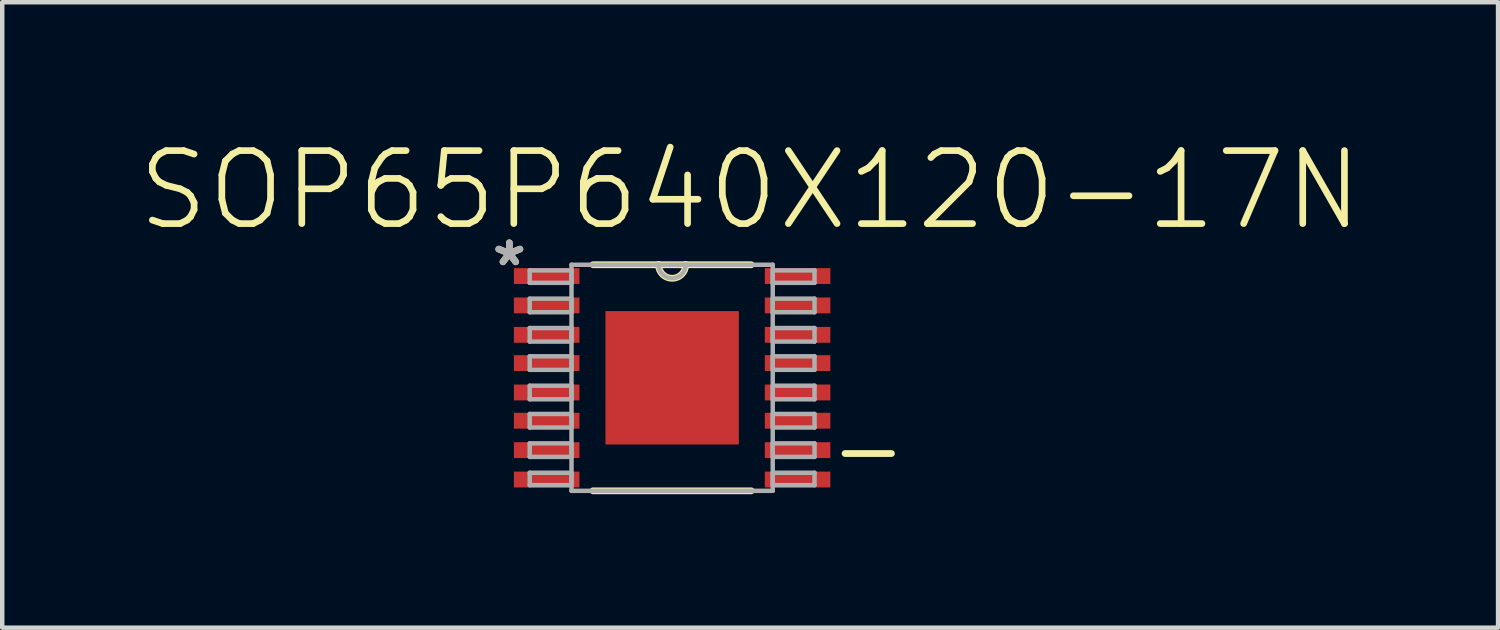
<source format=kicad_pcb>
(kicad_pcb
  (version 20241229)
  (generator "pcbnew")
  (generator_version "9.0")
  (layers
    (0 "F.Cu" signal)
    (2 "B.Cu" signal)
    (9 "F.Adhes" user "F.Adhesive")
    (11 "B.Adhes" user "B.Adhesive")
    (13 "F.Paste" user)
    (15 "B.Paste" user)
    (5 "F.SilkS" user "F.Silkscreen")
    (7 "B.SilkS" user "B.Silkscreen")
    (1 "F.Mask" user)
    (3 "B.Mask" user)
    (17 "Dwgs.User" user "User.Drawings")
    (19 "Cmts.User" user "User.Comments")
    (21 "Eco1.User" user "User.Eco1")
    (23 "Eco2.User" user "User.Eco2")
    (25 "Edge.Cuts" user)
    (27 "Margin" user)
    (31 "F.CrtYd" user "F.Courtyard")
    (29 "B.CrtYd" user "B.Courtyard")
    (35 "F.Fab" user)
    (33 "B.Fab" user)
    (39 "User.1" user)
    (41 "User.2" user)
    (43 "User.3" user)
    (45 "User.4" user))
  (footprint "SOP65P640X120-17N"
    (layer "F.Cu")
    (at 12.053 5.439)
    (property "Reference" "SOP65P640X120-17N" (at 1.753 -4.216 0) (layer "F.SilkS") (effects (font (size 1.64 1.64) (thickness 0.15))))
    (attr smd)
    (fp_line (start -1.778 2.54) (end 1.778 2.54) (stroke (width 0.152) (type solid)) (layer "F.SilkS"))
    (fp_line (start -0.305 -2.54) (end -1.778 -2.54) (stroke (width 0.152) (type solid)) (layer "F.SilkS"))
    (fp_line (start 0.305 -2.54) (end -0.305 -2.54) (stroke (width 0.152) (type solid)) (layer "F.SilkS"))
    (fp_line (start 1.778 -2.54) (end 0.305 -2.54) (stroke (width 0.152) (type solid)) (layer "F.SilkS"))
    (fp_line (start 3.886 1.702) (end 4.928 1.702) (stroke (width 0.152) (type solid)) (layer "F.SilkS"))
    (fp_arc (start 0.3048 -2.54) (mid 0 -2.2352) (end -0.3048 -2.54) (stroke (width 0.1524) (type solid)) (layer "F.SilkS"))
    (fp_line (start -3.2 -2.413) (end -3.2 -2.134) (stroke (width 0.1) (type solid)) (layer "F.Fab"))
    (fp_line (start -3.2 -2.134) (end -2.261 -2.134) (stroke (width 0.1) (type solid)) (layer "F.Fab"))
    (fp_line (start -3.2 -1.778) (end -3.2 -1.473) (stroke (width 0.1) (type solid)) (layer "F.Fab"))
    (fp_line (start -3.2 -1.473) (end -2.261 -1.473) (stroke (width 0.1) (type solid)) (layer "F.Fab"))
    (fp_line (start -3.2 -1.118) (end -3.2 -0.813) (stroke (width 0.1) (type solid)) (layer "F.Fab"))
    (fp_line (start -3.2 -0.813) (end -2.261 -0.813) (stroke (width 0.1) (type solid)) (layer "F.Fab"))
    (fp_line (start -3.2 -0.483) (end -3.2 -0.178) (stroke (width 0.1) (type solid)) (layer "F.Fab"))
    (fp_line (start -3.2 -0.178) (end -2.261 -0.178) (stroke (width 0.1) (type solid)) (layer "F.Fab"))
    (fp_line (start -3.2 0.178) (end -3.2 0.483) (stroke (width 0.1) (type solid)) (layer "F.Fab"))
    (fp_line (start -3.2 0.483) (end -2.261 0.483) (stroke (width 0.1) (type solid)) (layer "F.Fab"))
    (fp_line (start -3.2 0.813) (end -3.2 1.118) (stroke (width 0.1) (type solid)) (layer "F.Fab"))
    (fp_line (start -3.2 1.118) (end -2.261 1.118) (stroke (width 0.1) (type solid)) (layer "F.Fab"))
    (fp_line (start -3.2 1.473) (end -3.2 1.778) (stroke (width 0.1) (type solid)) (layer "F.Fab"))
    (fp_line (start -3.2 1.778) (end -2.261 1.778) (stroke (width 0.1) (type solid)) (layer "F.Fab"))
    (fp_line (start -3.2 2.134) (end -3.2 2.413) (stroke (width 0.1) (type solid)) (layer "F.Fab"))
    (fp_line (start -3.2 2.413) (end -2.261 2.413) (stroke (width 0.1) (type solid)) (layer "F.Fab"))
    (fp_line (start -2.261 -2.54) (end -2.261 2.54) (stroke (width 0.1) (type solid)) (layer "F.Fab"))
    (fp_line (start -2.261 -2.413) (end -3.2 -2.413) (stroke (width 0.1) (type solid)) (layer "F.Fab"))
    (fp_line (start -2.261 -2.134) (end -2.261 -2.413) (stroke (width 0.1) (type solid)) (layer "F.Fab"))
    (fp_line (start -2.261 -1.778) (end -3.2 -1.778) (stroke (width 0.1) (type solid)) (layer "F.Fab"))
    (fp_line (start -2.261 -1.473) (end -2.261 -1.778) (stroke (width 0.1) (type solid)) (layer "F.Fab"))
    (fp_line (start -2.261 -1.118) (end -3.2 -1.118) (stroke (width 0.1) (type solid)) (layer "F.Fab"))
    (fp_line (start -2.261 -0.813) (end -2.261 -1.118) (stroke (width 0.1) (type solid)) (layer "F.Fab"))
    (fp_line (start -2.261 -0.483) (end -3.2 -0.483) (stroke (width 0.1) (type solid)) (layer "F.Fab"))
    (fp_line (start -2.261 -0.178) (end -2.261 -0.483) (stroke (width 0.1) (type solid)) (layer "F.Fab"))
    (fp_line (start -2.261 0.178) (end -3.2 0.178) (stroke (width 0.1) (type solid)) (layer "F.Fab"))
    (fp_line (start -2.261 0.483) (end -2.261 0.178) (stroke (width 0.1) (type solid)) (layer "F.Fab"))
    (fp_line (start -2.261 0.813) (end -3.2 0.813) (stroke (width 0.1) (type solid)) (layer "F.Fab"))
    (fp_line (start -2.261 1.118) (end -2.261 0.813) (stroke (width 0.1) (type solid)) (layer "F.Fab"))
    (fp_line (start -2.261 1.473) (end -3.2 1.473) (stroke (width 0.1) (type solid)) (layer "F.Fab"))
    (fp_line (start -2.261 1.778) (end -2.261 1.473) (stroke (width 0.1) (type solid)) (layer "F.Fab"))
    (fp_line (start -2.261 2.134) (end -3.2 2.134) (stroke (width 0.1) (type solid)) (layer "F.Fab"))
    (fp_line (start -2.261 2.413) (end -2.261 2.134) (stroke (width 0.1) (type solid)) (layer "F.Fab"))
    (fp_line (start -2.261 2.54) (end 2.261 2.54) (stroke (width 0.1) (type solid)) (layer "F.Fab"))
    (fp_line (start -0.305 -2.54) (end -2.261 -2.54) (stroke (width 0.1) (type solid)) (layer "F.Fab"))
    (fp_line (start 0.305 -2.54) (end -0.305 -2.54) (stroke (width 0.1) (type solid)) (layer "F.Fab"))
    (fp_line (start 2.261 -2.54) (end 0.305 -2.54) (stroke (width 0.1) (type solid)) (layer "F.Fab"))
    (fp_line (start 2.261 -2.413) (end 2.261 -2.134) (stroke (width 0.1) (type solid)) (layer "F.Fab"))
    (fp_line (start 2.261 -2.134) (end 3.2 -2.134) (stroke (width 0.1) (type solid)) (layer "F.Fab"))
    (fp_line (start 2.261 -1.778) (end 2.261 -1.473) (stroke (width 0.1) (type solid)) (layer "F.Fab"))
    (fp_line (start 2.261 -1.473) (end 3.2 -1.473) (stroke (width 0.1) (type solid)) (layer "F.Fab"))
    (fp_line (start 2.261 -1.118) (end 2.261 -0.813) (stroke (width 0.1) (type solid)) (layer "F.Fab"))
    (fp_line (start 2.261 -0.813) (end 3.2 -0.813) (stroke (width 0.1) (type solid)) (layer "F.Fab"))
    (fp_line (start 2.261 -0.483) (end 2.261 -0.178) (stroke (width 0.1) (type solid)) (layer "F.Fab"))
    (fp_line (start 2.261 -0.178) (end 3.2 -0.178) (stroke (width 0.1) (type solid)) (layer "F.Fab"))
    (fp_line (start 2.261 0.178) (end 2.261 0.483) (stroke (width 0.1) (type solid)) (layer "F.Fab"))
    (fp_line (start 2.261 0.483) (end 3.2 0.483) (stroke (width 0.1) (type solid)) (layer "F.Fab"))
    (fp_line (start 2.261 0.813) (end 2.261 1.118) (stroke (width 0.1) (type solid)) (layer "F.Fab"))
    (fp_line (start 2.261 1.118) (end 3.2 1.118) (stroke (width 0.1) (type solid)) (layer "F.Fab"))
    (fp_line (start 2.261 1.473) (end 2.261 1.778) (stroke (width 0.1) (type solid)) (layer "F.Fab"))
    (fp_line (start 2.261 1.778) (end 3.2 1.778) (stroke (width 0.1) (type solid)) (layer "F.Fab"))
    (fp_line (start 2.261 2.134) (end 2.261 2.413) (stroke (width 0.1) (type solid)) (layer "F.Fab"))
    (fp_line (start 2.261 2.413) (end 3.2 2.413) (stroke (width 0.1) (type solid)) (layer "F.Fab"))
    (fp_line (start 2.261 2.54) (end 2.261 -2.54) (stroke (width 0.1) (type solid)) (layer "F.Fab"))
    (fp_line (start 3.2 -2.413) (end 2.261 -2.413) (stroke (width 0.1) (type solid)) (layer "F.Fab"))
    (fp_line (start 3.2 -2.134) (end 3.2 -2.413) (stroke (width 0.1) (type solid)) (layer "F.Fab"))
    (fp_line (start 3.2 -1.778) (end 2.261 -1.778) (stroke (width 0.1) (type solid)) (layer "F.Fab"))
    (fp_line (start 3.2 -1.473) (end 3.2 -1.778) (stroke (width 0.1) (type solid)) (layer "F.Fab"))
    (fp_line (start 3.2 -1.118) (end 2.261 -1.118) (stroke (width 0.1) (type solid)) (layer "F.Fab"))
    (fp_line (start 3.2 -0.813) (end 3.2 -1.118) (stroke (width 0.1) (type solid)) (layer "F.Fab"))
    (fp_line (start 3.2 -0.483) (end 2.261 -0.483) (stroke (width 0.1) (type solid)) (layer "F.Fab"))
    (fp_line (start 3.2 -0.178) (end 3.2 -0.483) (stroke (width 0.1) (type solid)) (layer "F.Fab"))
    (fp_line (start 3.2 0.178) (end 2.261 0.178) (stroke (width 0.1) (type solid)) (layer "F.Fab"))
    (fp_line (start 3.2 0.483) (end 3.2 0.178) (stroke (width 0.1) (type solid)) (layer "F.Fab"))
    (fp_line (start 3.2 0.813) (end 2.261 0.813) (stroke (width 0.1) (type solid)) (layer "F.Fab"))
    (fp_line (start 3.2 1.118) (end 3.2 0.813) (stroke (width 0.1) (type solid)) (layer "F.Fab"))
    (fp_line (start 3.2 1.473) (end 2.261 1.473) (stroke (width 0.1) (type solid)) (layer "F.Fab"))
    (fp_line (start 3.2 1.778) (end 3.2 1.473) (stroke (width 0.1) (type solid)) (layer "F.Fab"))
    (fp_line (start 3.2 2.134) (end 2.261 2.134) (stroke (width 0.1) (type solid)) (layer "F.Fab"))
    (fp_line (start 3.2 2.413) (end 3.2 2.134) (stroke (width 0.1) (type solid)) (layer "F.Fab"))
    (fp_arc (start 0.3048 -2.54) (mid 0 -2.2352) (end -0.3048 -2.54) (stroke (width 0.1) (type solid)) (layer "F.Fab"))
    (fp_text user "*" (at -3.658 -2.489 0) (layer "F.SilkS") (effects (font (size 1 1) (thickness 0.15))))
    (fp_text user "*" (at -3.658 -2.489 0) (layer "F.Fab") (effects (font (size 1 1) (thickness 0.15))))
    (pad "1" smd rect (at -2.819 -2.286) (size 1.473 0.356) (layers "F.Cu" "F.Mask" "F.Paste"))
    (pad "2" smd rect (at -2.819 -1.626) (size 1.473 0.356) (layers "F.Cu" "F.Mask" "F.Paste"))
    (pad "3" smd rect (at -2.819 -0.965) (size 1.473 0.356) (layers "F.Cu" "F.Mask" "F.Paste"))
    (pad "4" smd rect (at -2.819 -0.33) (size 1.473 0.356) (layers "F.Cu" "F.Mask" "F.Paste"))
    (pad "5" smd rect (at -2.819 0.33) (size 1.473 0.356) (layers "F.Cu" "F.Mask" "F.Paste"))
    (pad "6" smd rect (at -2.819 0.965) (size 1.473 0.356) (layers "F.Cu" "F.Mask" "F.Paste"))
    (pad "7" smd rect (at -2.819 1.626) (size 1.473 0.356) (layers "F.Cu" "F.Mask" "F.Paste"))
    (pad "8" smd rect (at -2.819 2.286) (size 1.473 0.356) (layers "F.Cu" "F.Mask" "F.Paste"))
    (pad "9" smd rect (at 2.819 2.286) (size 1.473 0.356) (layers "F.Cu" "F.Mask" "F.Paste"))
    (pad "10" smd rect (at 2.819 1.626) (size 1.473 0.356) (layers "F.Cu" "F.Mask" "F.Paste"))
    (pad "11" smd rect (at 2.819 0.965) (size 1.473 0.356) (layers "F.Cu" "F.Mask" "F.Paste"))
    (pad "12" smd rect (at 2.819 0.33) (size 1.473 0.356) (layers "F.Cu" "F.Mask" "F.Paste"))
    (pad "13" smd rect (at 2.819 -0.33) (size 1.473 0.356) (layers "F.Cu" "F.Mask" "F.Paste"))
    (pad "14" smd rect (at 2.819 -0.965) (size 1.473 0.356) (layers "F.Cu" "F.Mask" "F.Paste"))
    (pad "15" smd rect (at 2.819 -1.626) (size 1.473 0.356) (layers "F.Cu" "F.Mask" "F.Paste"))
    (pad "16" smd rect (at 2.819 -2.286) (size 1.473 0.356) (layers "F.Cu" "F.Mask" "F.Paste"))
    (pad "17" smd rect (at 0 0) (size 2.997 2.997) (layers "F.Cu" "F.Mask" "F.Paste")))
  (gr_rect
    (start -3 -3)
    (end 30.612 11.055)
    (stroke (width 0.1) (type default))
    (fill no)
    (layer "Edge.Cuts")))
</source>
